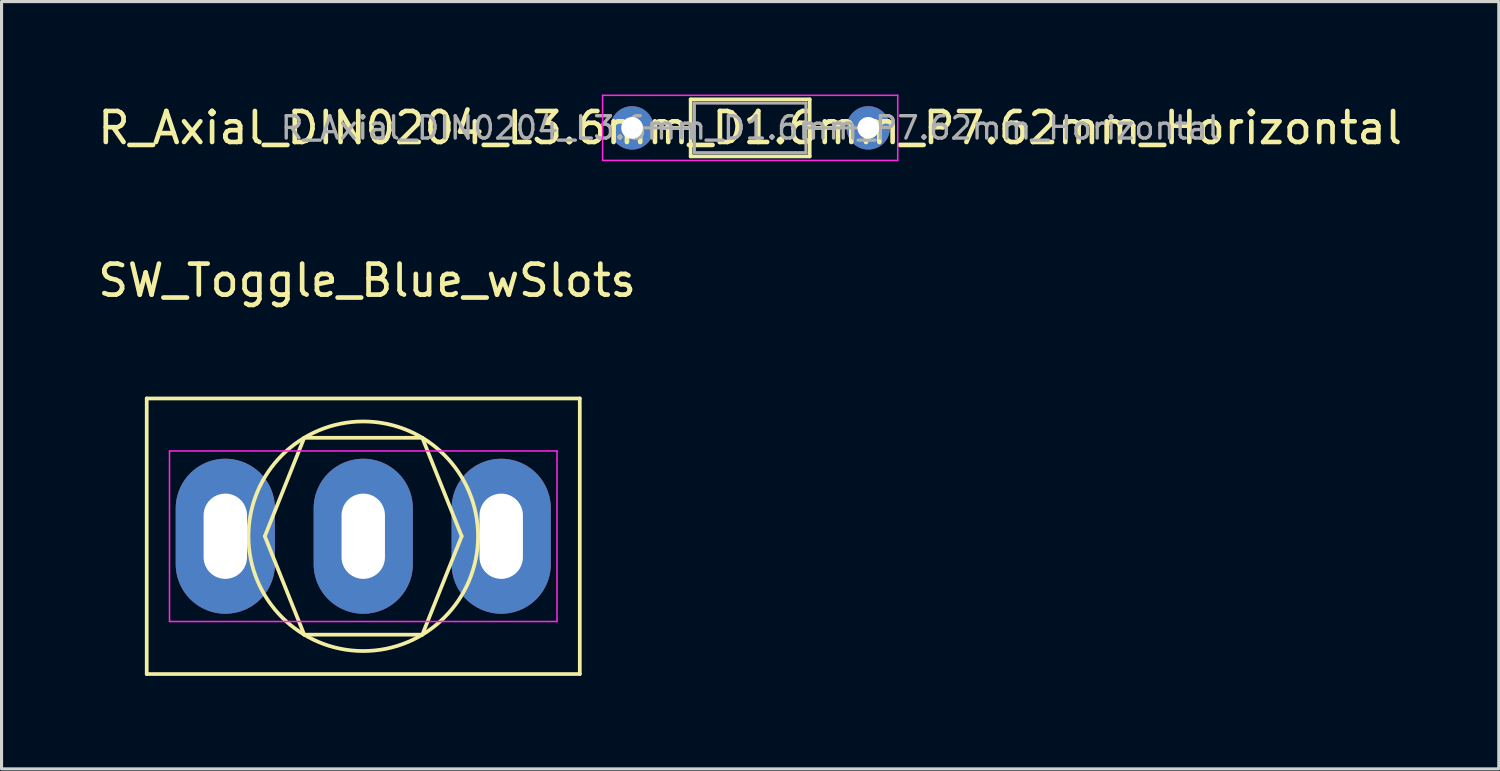
<source format=kicad_pcb>
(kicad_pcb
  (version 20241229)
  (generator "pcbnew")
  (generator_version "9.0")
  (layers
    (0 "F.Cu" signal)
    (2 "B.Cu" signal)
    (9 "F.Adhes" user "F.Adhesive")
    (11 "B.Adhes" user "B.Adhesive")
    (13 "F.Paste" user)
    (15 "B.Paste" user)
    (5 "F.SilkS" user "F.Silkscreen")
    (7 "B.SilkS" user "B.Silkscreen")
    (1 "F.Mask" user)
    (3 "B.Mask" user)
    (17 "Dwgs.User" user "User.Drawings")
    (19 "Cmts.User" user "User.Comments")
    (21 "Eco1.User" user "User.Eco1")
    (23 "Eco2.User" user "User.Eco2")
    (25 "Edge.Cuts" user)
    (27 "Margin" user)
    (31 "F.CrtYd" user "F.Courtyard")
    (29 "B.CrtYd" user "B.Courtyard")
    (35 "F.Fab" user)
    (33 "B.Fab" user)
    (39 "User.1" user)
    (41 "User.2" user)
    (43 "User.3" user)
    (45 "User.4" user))
  (footprint "SW_Toggle_Blue_wSlots"
    (layer "F.Cu")
    (at 8.668 14.248)
    (property "Reference" "SW_Toggle_Blue_wSlots" (at 0.124 -8.25 0) (layer "F.SilkS") (effects (font (size 1 1) (thickness 0.15))))
    (attr through_hole)
    (fp_line (start -6.985 -4.445) (end 6.985 -4.445) (stroke (width 0.12) (type solid)) (layer "F.SilkS"))
    (fp_line (start -6.985 4.445) (end -6.985 -4.445) (stroke (width 0.12) (type solid)) (layer "F.SilkS"))
    (fp_line (start -3.175 0) (end -1.905 -3.175) (stroke (width 0.12) (type solid)) (layer "F.SilkS"))
    (fp_line (start -1.905 -3.175) (end 1.905 -3.175) (stroke (width 0.12) (type solid)) (layer "F.SilkS"))
    (fp_line (start -1.905 3.175) (end -3.175 0) (stroke (width 0.12) (type solid)) (layer "F.SilkS"))
    (fp_line (start 1.905 -3.175) (end 3.175 0) (stroke (width 0.12) (type solid)) (layer "F.SilkS"))
    (fp_line (start 1.905 3.175) (end -1.905 3.175) (stroke (width 0.12) (type solid)) (layer "F.SilkS"))
    (fp_line (start 3.175 0) (end 1.905 3.175) (stroke (width 0.12) (type solid)) (layer "F.SilkS"))
    (fp_line (start 6.985 -4.445) (end 6.985 4.445) (stroke (width 0.12) (type solid)) (layer "F.SilkS"))
    (fp_line (start 6.985 4.445) (end -6.985 4.445) (stroke (width 0.12) (type solid)) (layer "F.SilkS"))
    (fp_circle (center 0 0) (end 1.905 3.175) (stroke (width 0.12) (type solid)) (fill no) (layer "F.SilkS"))
    (fp_line (start -4.902 -1.422) (end -4.013 -1.422) (stroke (width 0.12) (type solid)) (layer "Eco2.User"))
    (fp_line (start -4.902 1.372) (end -4.902 -1.422) (stroke (width 0.12) (type solid)) (layer "Eco2.User"))
    (fp_line (start -4.013 -1.422) (end -4.013 1.372) (stroke (width 0.12) (type solid)) (layer "Eco2.User"))
    (fp_line (start -4.013 1.372) (end -4.902 1.372) (stroke (width 0.12) (type solid)) (layer "Eco2.User"))
    (fp_line (start -0.457 -1.422) (end 0.432 -1.422) (stroke (width 0.12) (type solid)) (layer "Eco2.User"))
    (fp_line (start -0.457 1.372) (end -0.457 -1.422) (stroke (width 0.12) (type solid)) (layer "Eco2.User"))
    (fp_line (start 0.432 -1.422) (end 0.432 1.372) (stroke (width 0.12) (type solid)) (layer "Eco2.User"))
    (fp_line (start 0.432 1.372) (end -0.457 1.372) (stroke (width 0.12) (type solid)) (layer "Eco2.User"))
    (fp_line (start 4.013 -1.422) (end 4.877 -1.422) (stroke (width 0.12) (type solid)) (layer "Eco2.User"))
    (fp_line (start 4.013 1.372) (end 4.013 -1.422) (stroke (width 0.12) (type solid)) (layer "Eco2.User"))
    (fp_line (start 4.877 -1.422) (end 4.902 1.372) (stroke (width 0.12) (type solid)) (layer "Eco2.User"))
    (fp_line (start 4.902 1.372) (end 4.013 1.372) (stroke (width 0.12) (type solid)) (layer "Eco2.User"))
    (fp_line (start -6.25 -2.75) (end 6.25 -2.75) (stroke (width 0.05) (type solid)) (layer "F.CrtYd"))
    (fp_line (start -6.25 2.75) (end -6.25 -2.75) (stroke (width 0.05) (type solid)) (layer "F.CrtYd"))
    (fp_line (start 6.25 -2.75) (end 6.25 2.75) (stroke (width 0.05) (type solid)) (layer "F.CrtYd"))
    (fp_line (start 6.25 2.75) (end -6.25 2.75) (stroke (width 0.05) (type solid)) (layer "F.CrtYd"))
    (pad "1" thru_hole oval (at -4.45 0) (size 3.2 5) (drill oval 1.4 2.75) (layers "*.Cu" "*.Mask"))
    (pad "2" thru_hole oval (at 0 0) (size 3.2 5) (drill oval 1.4 2.75) (layers "*.Cu" "*.Mask"))
    (pad "3" thru_hole oval (at 4.45 0) (size 3.2 5) (drill oval 1.4 2.75) (layers "*.Cu" "*.Mask")))
  (footprint "R_Axial_DIN0204_L3.6mm_D1.6mm_P7.62mm_Horizontal"
    (layer "F.Cu")
    (at 17.339 1.075)
    (property "Reference" "R_Axial_DIN0204_L3.6mm_D1.6mm_P7.62mm_Horizontal" (at 3.81 0 0) (layer "F.SilkS") (effects (font (size 1 1) (thickness 0.15))))
    (attr through_hole)
    (fp_line (start 0.94 0) (end 1.89 0) (stroke (width 0.12) (type solid)) (layer "F.SilkS"))
    (fp_line (start 1.89 -0.92) (end 1.89 0.92) (stroke (width 0.12) (type solid)) (layer "F.SilkS"))
    (fp_line (start 1.89 0.92) (end 5.73 0.92) (stroke (width 0.12) (type solid)) (layer "F.SilkS"))
    (fp_line (start 5.73 -0.92) (end 1.89 -0.92) (stroke (width 0.12) (type solid)) (layer "F.SilkS"))
    (fp_line (start 5.73 0.92) (end 5.73 -0.92) (stroke (width 0.12) (type solid)) (layer "F.SilkS"))
    (fp_line (start 6.68 0) (end 5.73 0) (stroke (width 0.12) (type solid)) (layer "F.SilkS"))
    (fp_line (start -0.95 -1.05) (end -0.95 1.05) (stroke (width 0.05) (type solid)) (layer "F.CrtYd"))
    (fp_line (start -0.95 1.05) (end 8.57 1.05) (stroke (width 0.05) (type solid)) (layer "F.CrtYd"))
    (fp_line (start 8.57 -1.05) (end -0.95 -1.05) (stroke (width 0.05) (type solid)) (layer "F.CrtYd"))
    (fp_line (start 8.57 1.05) (end 8.57 -1.05) (stroke (width 0.05) (type solid)) (layer "F.CrtYd"))
    (fp_line (start 0 0) (end 2.01 0) (stroke (width 0.1) (type solid)) (layer "F.Fab"))
    (fp_line (start 2.01 -0.8) (end 2.01 0.8) (stroke (width 0.1) (type solid)) (layer "F.Fab"))
    (fp_line (start 2.01 0.8) (end 5.61 0.8) (stroke (width 0.1) (type solid)) (layer "F.Fab"))
    (fp_line (start 5.61 -0.8) (end 2.01 -0.8) (stroke (width 0.1) (type solid)) (layer "F.Fab"))
    (fp_line (start 5.61 0.8) (end 5.61 -0.8) (stroke (width 0.1) (type solid)) (layer "F.Fab"))
    (fp_line (start 7.62 0) (end 5.61 0) (stroke (width 0.1) (type solid)) (layer "F.Fab"))
    (fp_text user "${REFERENCE}" (at 3.81 0 0) (layer "F.Fab") (effects (font (size 0.72 0.72) (thickness 0.108))))
    (pad "1" thru_hole circle (at 0 0) (size 1.4 1.4) (drill 0.7) (layers "*.Cu" "*.Mask"))
    (pad "2" thru_hole oval (at 7.62 0) (size 1.4 1.4) (drill 0.7) (layers "*.Cu" "*.Mask")))
  (gr_rect
    (start -3 -3)
    (end 45.298 21.753)
    (stroke (width 0.1) (type default))
    (fill no)
    (layer "Edge.Cuts")))
</source>
